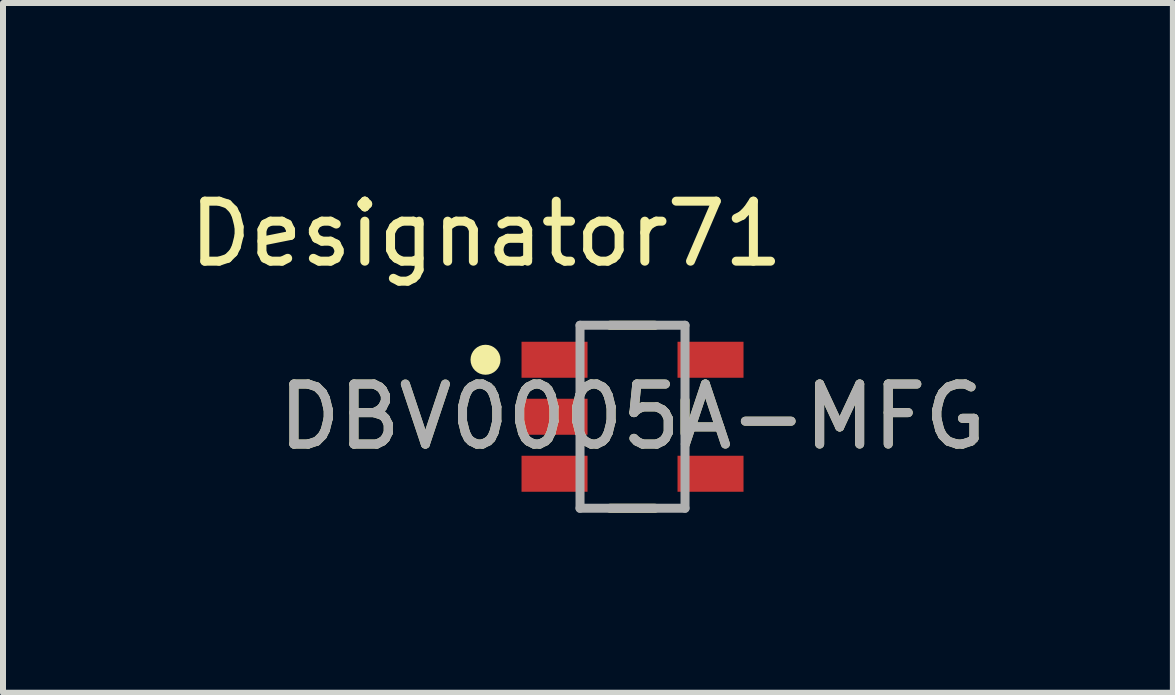
<source format=kicad_pcb>
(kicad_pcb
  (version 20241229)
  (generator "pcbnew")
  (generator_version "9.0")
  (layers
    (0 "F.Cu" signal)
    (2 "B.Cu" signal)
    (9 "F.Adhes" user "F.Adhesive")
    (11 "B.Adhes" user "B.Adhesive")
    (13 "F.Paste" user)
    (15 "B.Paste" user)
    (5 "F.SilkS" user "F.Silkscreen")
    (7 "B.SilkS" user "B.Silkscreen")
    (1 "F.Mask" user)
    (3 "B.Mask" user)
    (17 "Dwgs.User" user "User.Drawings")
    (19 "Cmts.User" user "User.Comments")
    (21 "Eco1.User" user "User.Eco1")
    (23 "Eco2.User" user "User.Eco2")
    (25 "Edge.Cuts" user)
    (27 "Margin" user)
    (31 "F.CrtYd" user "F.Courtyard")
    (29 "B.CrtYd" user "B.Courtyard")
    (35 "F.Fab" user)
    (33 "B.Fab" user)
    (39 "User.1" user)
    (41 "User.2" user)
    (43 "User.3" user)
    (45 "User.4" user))
  (footprint "DBV0005A-MFG"
    (layer "F.Cu")
    (at 7.492 3.896)
    (property "Reference" "DBV0005A-MFG" (at 0 0 0) (unlocked yes) (layer "F.SilkS") (effects (font (size 1 1) (thickness 0.15))))
    (attr smd)
    (fp_line (start -0.375 -1.525) (end 0.375 -1.525) (stroke (width 0.15) (type solid)) (layer "F.SilkS"))
    (fp_line (start -0.375 1.525) (end 0.375 1.525) (stroke (width 0.15) (type solid)) (layer "F.SilkS"))
    (fp_line (start 0.875 0.275) (end 0.875 -0.275) (stroke (width 0.15) (type solid)) (layer "F.SilkS"))
    (fp_circle (center -2.45 -0.95) (end -2.325 -0.95) (stroke (width 0.25) (type solid)) (fill no) (layer "F.SilkS"))
    (fp_line (start -0.875 -1.525) (end 0.875 -1.525) (stroke (width 0.15) (type solid)) (layer "F.Fab"))
    (fp_line (start -0.875 1.525) (end -0.875 -1.525) (stroke (width 0.15) (type solid)) (layer "F.Fab"))
    (fp_line (start -0.875 1.525) (end 0.875 1.525) (stroke (width 0.15) (type solid)) (layer "F.Fab"))
    (fp_line (start 0.875 1.525) (end 0.875 -1.525) (stroke (width 0.15) (type solid)) (layer "F.Fab"))
    (fp_text user "Designator71" (at -2.438 -3.048 0) (unlocked yes) (layer "F.SilkS") (effects (font (size 1 1) (thickness 0.15))))
    (fp_text user "${REFERENCE}" (at 0 0 0) (unlocked yes) (layer "F.Fab") (effects (font (size 1 1) (thickness 0.15))))
    (pad "1" smd rect (at -1.3 -0.95) (size 1.1 0.6) (layers "F.Cu" "F.Mask" "F.Paste"))
    (pad "2" smd rect (at -1.3 0) (size 1.1 0.6) (layers "F.Cu" "F.Mask" "F.Paste"))
    (pad "3" smd rect (at -1.3 0.95) (size 1.1 0.6) (layers "F.Cu" "F.Mask" "F.Paste"))
    (pad "4" smd rect (at 1.3 0.95) (size 1.1 0.6) (layers "F.Cu" "F.Mask" "F.Paste"))
    (pad "5" smd rect (at 1.3 -0.95) (size 1.1 0.6) (layers "F.Cu" "F.Mask" "F.Paste")))
  (gr_rect
    (start -3 -3)
    (end 16.498 8.496)
    (stroke (width 0.1) (type default))
    (fill no)
    (layer "Edge.Cuts")))
</source>
